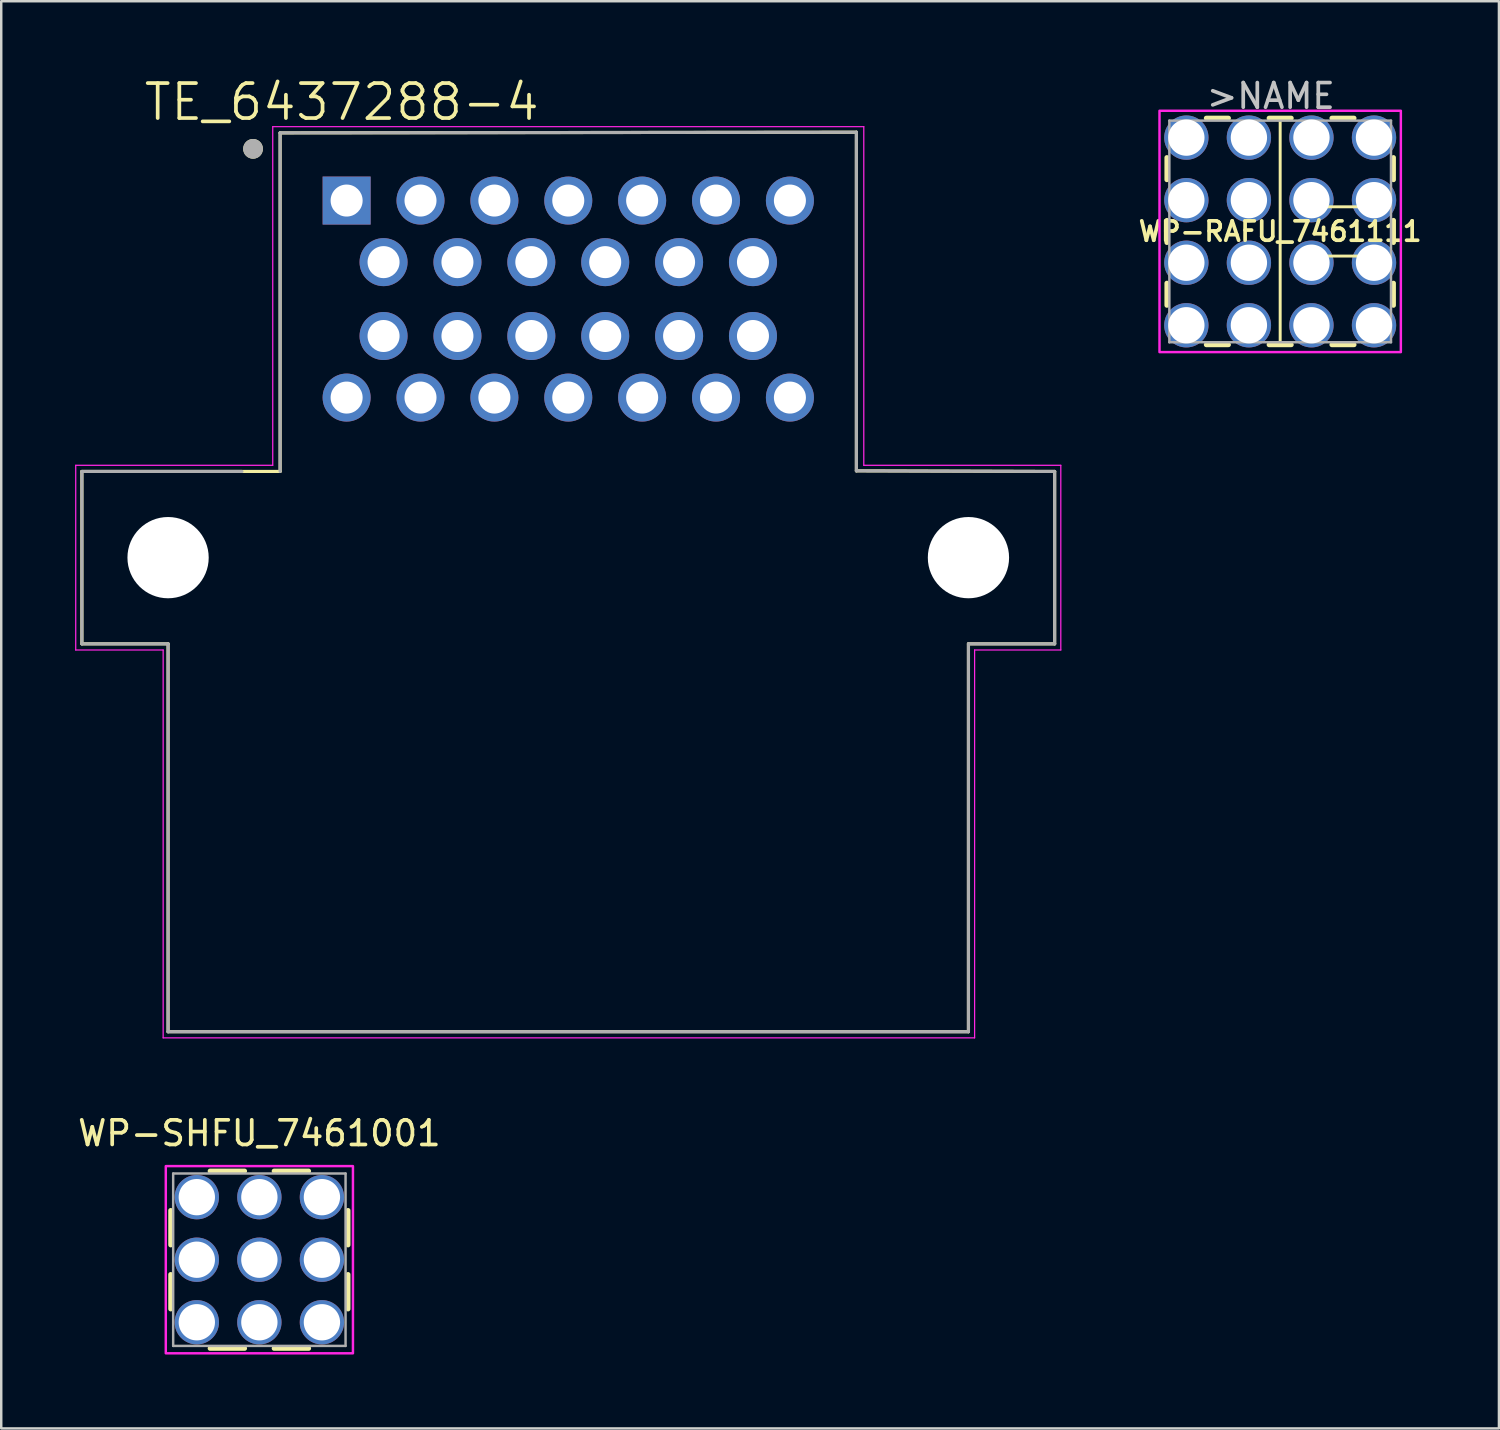
<source format=kicad_pcb>
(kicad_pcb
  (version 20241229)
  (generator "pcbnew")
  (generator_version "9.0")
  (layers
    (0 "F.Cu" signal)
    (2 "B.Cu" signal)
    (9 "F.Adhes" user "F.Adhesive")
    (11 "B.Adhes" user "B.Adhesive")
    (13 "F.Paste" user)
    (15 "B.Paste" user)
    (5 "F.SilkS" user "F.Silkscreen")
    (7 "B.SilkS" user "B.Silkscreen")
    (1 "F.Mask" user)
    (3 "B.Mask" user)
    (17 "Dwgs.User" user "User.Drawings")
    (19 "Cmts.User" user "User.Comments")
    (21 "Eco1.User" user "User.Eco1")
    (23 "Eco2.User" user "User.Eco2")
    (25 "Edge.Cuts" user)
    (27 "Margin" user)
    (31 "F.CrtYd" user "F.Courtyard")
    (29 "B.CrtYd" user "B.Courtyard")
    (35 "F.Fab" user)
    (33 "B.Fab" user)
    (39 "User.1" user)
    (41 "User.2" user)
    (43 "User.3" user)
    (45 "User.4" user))
  (footprint "WP-SHFU_7461001"
    (layer "F.Cu")
    (at 7.482 48.102)
    (property "Reference" "WP-SHFU_7461001" (at 0 -5.135 0) (layer "F.SilkS") (effects (font (size 1 1) (thickness 0.15))))
    (attr through_hole)
    (fp_line (start -3.6 -0.6) (end -3.6 -2) (stroke (width 0.2) (type solid)) (layer "F.SilkS"))
    (fp_line (start -3.6 2) (end -3.6 0.6) (stroke (width 0.2) (type solid)) (layer "F.SilkS"))
    (fp_line (start -2 -3.6) (end -0.6 -3.6) (stroke (width 0.2) (type solid)) (layer "F.SilkS"))
    (fp_line (start -0.6 3.6) (end -2 3.6) (stroke (width 0.2) (type solid)) (layer "F.SilkS"))
    (fp_line (start 0.6 -3.6) (end 2 -3.6) (stroke (width 0.2) (type solid)) (layer "F.SilkS"))
    (fp_line (start 2 3.6) (end 0.6 3.6) (stroke (width 0.2) (type solid)) (layer "F.SilkS"))
    (fp_line (start 3.6 -2) (end 3.6 -0.6) (stroke (width 0.2) (type solid)) (layer "F.SilkS"))
    (fp_line (start 3.6 0.6) (end 3.6 2) (stroke (width 0.2) (type solid)) (layer "F.SilkS"))
    (fp_poly (pts (xy -3.8 -3.8) (xy 3.8 -3.8) (xy 3.8 3.8) (xy -3.8 3.8)) (stroke (width 0.1) (type solid)) (fill no) (layer "F.CrtYd"))
    (fp_line (start -3.5 -3.5) (end 3.5 -3.5) (stroke (width 0.1) (type solid)) (layer "F.Fab"))
    (fp_line (start -3.5 3.5) (end -3.5 -3.5) (stroke (width 0.1) (type solid)) (layer "F.Fab"))
    (fp_line (start 3.5 -3.5) (end 3.5 3.5) (stroke (width 0.1) (type solid)) (layer "F.Fab"))
    (fp_line (start 3.5 3.5) (end -3.5 3.5) (stroke (width 0.1) (type solid)) (layer "F.Fab"))
    (pad "1" thru_hole circle (at -2.54 -2.54) (size 1.8 1.8) (drill 1.475) (layers "*.Cu" "*.Mask"))
    (pad "1" thru_hole circle (at -2.54 0) (size 1.8 1.8) (drill 1.475) (layers "*.Cu" "*.Mask"))
    (pad "1" thru_hole circle (at -2.54 2.54) (size 1.8 1.8) (drill 1.475) (layers "*.Cu" "*.Mask"))
    (pad "1" thru_hole circle (at 0 -2.54) (size 1.8 1.8) (drill 1.475) (layers "*.Cu" "*.Mask"))
    (pad "1" thru_hole circle (at 0 0) (size 1.8 1.8) (drill 1.475) (layers "*.Cu" "*.Mask"))
    (pad "1" thru_hole circle (at 0 2.54) (size 1.8 1.8) (drill 1.475) (layers "*.Cu" "*.Mask"))
    (pad "1" thru_hole circle (at 2.54 -2.54) (size 1.8 1.8) (drill 1.475) (layers "*.Cu" "*.Mask"))
    (pad "1" thru_hole circle (at 2.54 0) (size 1.8 1.8) (drill 1.475) (layers "*.Cu" "*.Mask"))
    (pad "1" thru_hole circle (at 2.54 2.54) (size 1.8 1.8) (drill 1.475) (layers "*.Cu" "*.Mask")))
  (footprint "WP-RAFU_7461111"
    (layer "F.Cu")
    (at 48.933 6.348)
    (property "Reference" "WP-RAFU_7461111" (at 0 0 0) (layer "F.SilkS") (effects (font (size 0.787 0.787) (thickness 0.15))))
    (attr through_hole)
    (fp_line (start -4.6 -2.1) (end -4.6 -3) (stroke (width 0.2) (type solid)) (layer "F.SilkS"))
    (fp_line (start -4.6 0.45) (end -4.6 -0.45) (stroke (width 0.2) (type solid)) (layer "F.SilkS"))
    (fp_line (start -4.6 3) (end -4.6 2.1) (stroke (width 0.2) (type solid)) (layer "F.SilkS"))
    (fp_line (start -3 -4.6) (end -2.1 -4.6) (stroke (width 0.2) (type solid)) (layer "F.SilkS"))
    (fp_line (start -2.1 4.6) (end -3 4.6) (stroke (width 0.2) (type solid)) (layer "F.SilkS"))
    (fp_line (start -0.45 -4.6) (end 0.45 -4.6) (stroke (width 0.2) (type solid)) (layer "F.SilkS"))
    (fp_line (start 0 -4.6) (end 0 4.6) (stroke (width 0.12) (type solid)) (layer "F.SilkS"))
    (fp_line (start 0.45 4.6) (end -0.45 4.6) (stroke (width 0.2) (type solid)) (layer "F.SilkS"))
    (fp_line (start 1 -1) (end 4 -1) (stroke (width 0.12) (type solid)) (layer "F.SilkS"))
    (fp_line (start 1 1) (end 4 1) (stroke (width 0.12) (type solid)) (layer "F.SilkS"))
    (fp_line (start 2.1 -4.6) (end 3 -4.6) (stroke (width 0.2) (type solid)) (layer "F.SilkS"))
    (fp_line (start 3 4.6) (end 2.1 4.6) (stroke (width 0.2) (type solid)) (layer "F.SilkS"))
    (fp_line (start 4.6 -3) (end 4.6 -2.1) (stroke (width 0.2) (type solid)) (layer "F.SilkS"))
    (fp_line (start 4.6 -0.45) (end 4.6 0.45) (stroke (width 0.2) (type solid)) (layer "F.SilkS"))
    (fp_line (start 4.6 2.1) (end 4.6 3) (stroke (width 0.2) (type solid)) (layer "F.SilkS"))
    (fp_poly (pts (xy -4.9 -4.9) (xy 4.9 -4.9) (xy 4.9 4.9) (xy -4.9 4.9)) (stroke (width 0.1) (type solid)) (fill no) (layer "F.CrtYd"))
    (fp_line (start -4.5 -4.5) (end 4.5 -4.5) (stroke (width 0.1) (type solid)) (layer "F.Fab"))
    (fp_line (start -4.5 4.5) (end -4.5 -4.5) (stroke (width 0.1) (type solid)) (layer "F.Fab"))
    (fp_line (start 4.5 -4.5) (end 4.5 4.5) (stroke (width 0.1) (type solid)) (layer "F.Fab"))
    (fp_line (start 4.5 4.5) (end -4.5 4.5) (stroke (width 0.1) (type solid)) (layer "F.Fab"))
    (fp_text user ">NAME " (at 0 -5.5 0) (layer "Dwgs.User") (effects (font (size 1 1) (thickness 0.15))))
    (pad "1" thru_hole circle (at -3.81 -3.81) (size 1.8 1.8) (drill 1.475) (layers "*.Cu" "*.Mask"))
    (pad "1" thru_hole circle (at -3.81 -1.27) (size 1.8 1.8) (drill 1.475) (layers "*.Cu" "*.Mask"))
    (pad "1" thru_hole circle (at -3.81 1.27) (size 1.8 1.8) (drill 1.475) (layers "*.Cu" "*.Mask"))
    (pad "1" thru_hole circle (at -3.81 3.81) (size 1.8 1.8) (drill 1.475) (layers "*.Cu" "*.Mask"))
    (pad "1" thru_hole circle (at -1.27 -3.81) (size 1.8 1.8) (drill 1.475) (layers "*.Cu" "*.Mask"))
    (pad "1" thru_hole circle (at -1.27 -1.27) (size 1.8 1.8) (drill 1.475) (layers "*.Cu" "*.Mask"))
    (pad "1" thru_hole circle (at -1.27 1.27) (size 1.8 1.8) (drill 1.475) (layers "*.Cu" "*.Mask"))
    (pad "1" thru_hole circle (at -1.27 3.81) (size 1.8 1.8) (drill 1.475) (layers "*.Cu" "*.Mask"))
    (pad "1" thru_hole circle (at 1.27 -3.81) (size 1.8 1.8) (drill 1.475) (layers "*.Cu" "*.Mask"))
    (pad "1" thru_hole circle (at 1.27 -1.27) (size 1.8 1.8) (drill 1.475) (layers "*.Cu" "*.Mask"))
    (pad "1" thru_hole circle (at 1.27 1.27) (size 1.8 1.8) (drill 1.475) (layers "*.Cu" "*.Mask"))
    (pad "1" thru_hole circle (at 1.27 3.81) (size 1.8 1.8) (drill 1.475) (layers "*.Cu" "*.Mask"))
    (pad "1" thru_hole circle (at 3.81 -3.81) (size 1.8 1.8) (drill 1.475) (layers "*.Cu" "*.Mask"))
    (pad "1" thru_hole circle (at 3.81 -1.27) (size 1.8 1.8) (drill 1.475) (layers "*.Cu" "*.Mask"))
    (pad "1" thru_hole circle (at 3.81 1.27) (size 1.8 1.8) (drill 1.475) (layers "*.Cu" "*.Mask"))
    (pad "1" thru_hole circle (at 3.81 3.81) (size 1.8 1.8) (drill 1.475) (layers "*.Cu" "*.Mask")))
  (footprint "TE_6437288-4"
    (layer "F.Cu")
    (at 20.025 9.094)
    (property "Reference" "TE_6437288-4" (at -9.2 -8 0) (layer "F.SilkS") (effects (font (size 1.42 1.42) (thickness 0.15))))
    (attr through_hole)
    (fp_line (start -19.75 7) (end -19.75 14) (stroke (width 0.127) (type solid)) (layer "F.SilkS"))
    (fp_line (start -19.75 14) (end -16.25 14) (stroke (width 0.127) (type solid)) (layer "F.SilkS"))
    (fp_line (start -16.25 14) (end -16.25 29.75) (stroke (width 0.127) (type solid)) (layer "F.SilkS"))
    (fp_line (start -16.25 29.75) (end 16.25 29.75) (stroke (width 0.127) (type solid)) (layer "F.SilkS"))
    (fp_line (start -11.7 -6.748) (end -11.7 7) (stroke (width 0.127) (type solid)) (layer "F.SilkS"))
    (fp_line (start -11.7 7) (end -19.75 7) (stroke (width 0.127) (type solid)) (layer "F.SilkS"))
    (fp_line (start 11.7 -6.775) (end -11.7 -6.748) (stroke (width 0.127) (type solid)) (layer "F.SilkS"))
    (fp_line (start 11.7 6.975) (end 11.7 -6.775) (stroke (width 0.127) (type solid)) (layer "F.SilkS"))
    (fp_line (start 16.25 14) (end 19.75 14) (stroke (width 0.127) (type solid)) (layer "F.SilkS"))
    (fp_line (start 16.25 29.75) (end 16.25 14) (stroke (width 0.127) (type solid)) (layer "F.SilkS"))
    (fp_line (start 19.75 7) (end 11.7 6.975) (stroke (width 0.127) (type solid)) (layer "F.SilkS"))
    (fp_line (start 19.75 14) (end 19.75 7) (stroke (width 0.127) (type solid)) (layer "F.SilkS"))
    (fp_circle (center -12.8 -6.1) (end -12.6 -6.1) (stroke (width 0.4) (type solid)) (fill no) (layer "F.SilkS"))
    (fp_line (start -20 6.75) (end -20 14.25) (stroke (width 0.05) (type solid)) (layer "F.CrtYd"))
    (fp_line (start -20 14.25) (end -16.45 14.25) (stroke (width 0.05) (type solid)) (layer "F.CrtYd"))
    (fp_line (start -16.45 14.25) (end -16.45 30) (stroke (width 0.05) (type solid)) (layer "F.CrtYd"))
    (fp_line (start -16.45 30) (end 16.5 30) (stroke (width 0.05) (type solid)) (layer "F.CrtYd"))
    (fp_line (start -12 -7) (end -12 6.75) (stroke (width 0.05) (type solid)) (layer "F.CrtYd"))
    (fp_line (start -12 6.75) (end -20 6.75) (stroke (width 0.05) (type solid)) (layer "F.CrtYd"))
    (fp_line (start 12 -7) (end -12 -7) (stroke (width 0.05) (type solid)) (layer "F.CrtYd"))
    (fp_line (start 12 6.75) (end 12 -7) (stroke (width 0.05) (type solid)) (layer "F.CrtYd"))
    (fp_line (start 16.5 14.25) (end 20 14.25) (stroke (width 0.05) (type solid)) (layer "F.CrtYd"))
    (fp_line (start 16.5 30) (end 16.5 14.25) (stroke (width 0.05) (type solid)) (layer "F.CrtYd"))
    (fp_line (start 20 6.75) (end 12 6.75) (stroke (width 0.05) (type solid)) (layer "F.CrtYd"))
    (fp_line (start 20 14.25) (end 20 6.75) (stroke (width 0.05) (type solid)) (layer "F.CrtYd"))
    (fp_line (start -19.75 7) (end -19.75 14) (stroke (width 0.127) (type solid)) (layer "F.Fab"))
    (fp_line (start -19.75 14) (end -16.25 14) (stroke (width 0.127) (type solid)) (layer "F.Fab"))
    (fp_line (start -16.25 14) (end -16.25 29.75) (stroke (width 0.127) (type solid)) (layer "F.Fab"))
    (fp_line (start -16.25 29.75) (end 16.25 29.75) (stroke (width 0.127) (type solid)) (layer "F.Fab"))
    (fp_line (start -13.25 7) (end -19.75 7) (stroke (width 0.127) (type solid)) (layer "F.Fab"))
    (fp_line (start -11.7 -6.75) (end -11.7 7) (stroke (width 0.127) (type solid)) (layer "F.Fab"))
    (fp_line (start 11.7 -6.775) (end -11.7 -6.75) (stroke (width 0.127) (type solid)) (layer "F.Fab"))
    (fp_line (start 11.7 6.975) (end 11.7 -6.775) (stroke (width 0.127) (type solid)) (layer "F.Fab"))
    (fp_line (start 11.7 6.975) (end 19.75 7) (stroke (width 0.127) (type solid)) (layer "F.Fab"))
    (fp_line (start 16.25 29.75) (end 16.25 14) (stroke (width 0.127) (type solid)) (layer "F.Fab"))
    (fp_line (start 19.75 7) (end 19.75 14) (stroke (width 0.127) (type solid)) (layer "F.Fab"))
    (fp_line (start 19.75 14) (end 16.25 14) (stroke (width 0.127) (type solid)) (layer "F.Fab"))
    (fp_circle (center -12.8 -6.1) (end -12.6 -6.1) (stroke (width 0.4) (type solid)) (fill no) (layer "F.Fab"))
    (pad "" np_thru_hole circle (at -16.25 10.5) (size 3.3 3.3) (drill 3.3) (layers "*.Cu" "*.Mask"))
    (pad "" np_thru_hole circle (at 16.25 10.5) (size 3.3 3.3) (drill 3.3) (layers "*.Cu" "*.Mask"))
    (pad "1" thru_hole rect (at -9 -4) (size 1.95 1.95) (drill 1.3) (layers "*.Cu" "*.Mask"))
    (pad "2" thru_hole circle (at -6 -4) (size 1.95 1.95) (drill 1.3) (layers "*.Cu" "*.Mask"))
    (pad "3" thru_hole circle (at -3 -4) (size 1.95 1.95) (drill 1.3) (layers "*.Cu" "*.Mask"))
    (pad "4" thru_hole circle (at 0 -4) (size 1.95 1.95) (drill 1.3) (layers "*.Cu" "*.Mask"))
    (pad "5" thru_hole circle (at 3 -4) (size 1.95 1.95) (drill 1.3) (layers "*.Cu" "*.Mask"))
    (pad "6" thru_hole circle (at 6 -4) (size 1.95 1.95) (drill 1.3) (layers "*.Cu" "*.Mask"))
    (pad "7" thru_hole circle (at 9 -4) (size 1.95 1.95) (drill 1.3) (layers "*.Cu" "*.Mask"))
    (pad "8" thru_hole circle (at -7.5 -1.5) (size 1.95 1.95) (drill 1.3) (layers "*.Cu" "*.Mask"))
    (pad "9" thru_hole circle (at -4.5 -1.5) (size 1.95 1.95) (drill 1.3) (layers "*.Cu" "*.Mask"))
    (pad "10" thru_hole circle (at -1.5 -1.5) (size 1.95 1.95) (drill 1.3) (layers "*.Cu" "*.Mask"))
    (pad "11" thru_hole circle (at 1.5 -1.5) (size 1.95 1.95) (drill 1.3) (layers "*.Cu" "*.Mask"))
    (pad "12" thru_hole circle (at 4.5 -1.5) (size 1.95 1.95) (drill 1.3) (layers "*.Cu" "*.Mask"))
    (pad "13" thru_hole circle (at 7.5 -1.5) (size 1.95 1.95) (drill 1.3) (layers "*.Cu" "*.Mask"))
    (pad "14" thru_hole circle (at -7.5 1.5) (size 1.95 1.95) (drill 1.3) (layers "*.Cu" "*.Mask"))
    (pad "15" thru_hole circle (at -4.5 1.5) (size 1.95 1.95) (drill 1.3) (layers "*.Cu" "*.Mask"))
    (pad "16" thru_hole circle (at -1.5 1.5) (size 1.95 1.95) (drill 1.3) (layers "*.Cu" "*.Mask"))
    (pad "17" thru_hole circle (at 1.5 1.5) (size 1.95 1.95) (drill 1.3) (layers "*.Cu" "*.Mask"))
    (pad "18" thru_hole circle (at 4.5 1.5) (size 1.95 1.95) (drill 1.3) (layers "*.Cu" "*.Mask"))
    (pad "19" thru_hole circle (at 7.5 1.5) (size 1.95 1.95) (drill 1.3) (layers "*.Cu" "*.Mask"))
    (pad "20" thru_hole circle (at -9 4) (size 1.95 1.95) (drill 1.3) (layers "*.Cu" "*.Mask"))
    (pad "21" thru_hole circle (at -6 4) (size 1.95 1.95) (drill 1.3) (layers "*.Cu" "*.Mask"))
    (pad "22" thru_hole circle (at -3 4) (size 1.95 1.95) (drill 1.3) (layers "*.Cu" "*.Mask"))
    (pad "23" thru_hole circle (at 0 4) (size 1.95 1.95) (drill 1.3) (layers "*.Cu" "*.Mask"))
    (pad "24" thru_hole circle (at 3 4) (size 1.95 1.95) (drill 1.3) (layers "*.Cu" "*.Mask"))
    (pad "25" thru_hole circle (at 6 4) (size 1.95 1.95) (drill 1.3) (layers "*.Cu" "*.Mask"))
    (pad "26" thru_hole circle (at 9 4) (size 1.95 1.95) (drill 1.3) (layers "*.Cu" "*.Mask")))
  (gr_rect
    (start -3 -3)
    (end 57.816 54.952)
    (stroke (width 0.1) (type default))
    (fill no)
    (layer "Edge.Cuts")))
</source>
